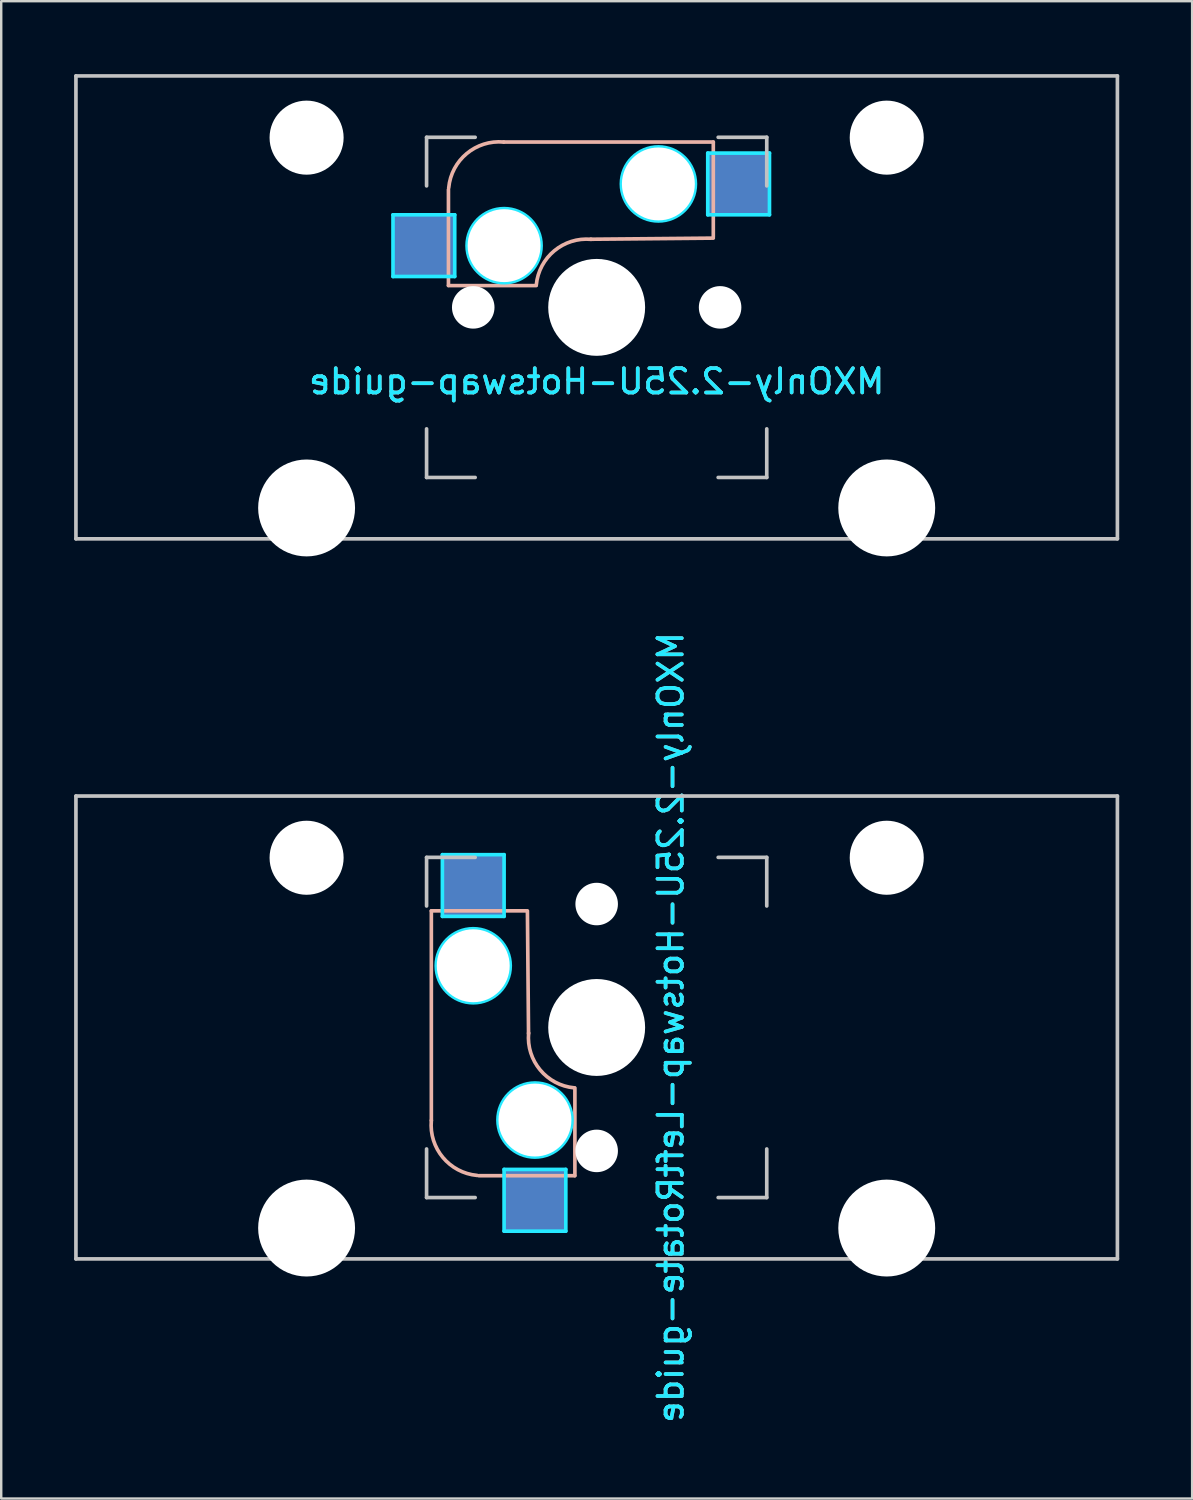
<source format=kicad_pcb>
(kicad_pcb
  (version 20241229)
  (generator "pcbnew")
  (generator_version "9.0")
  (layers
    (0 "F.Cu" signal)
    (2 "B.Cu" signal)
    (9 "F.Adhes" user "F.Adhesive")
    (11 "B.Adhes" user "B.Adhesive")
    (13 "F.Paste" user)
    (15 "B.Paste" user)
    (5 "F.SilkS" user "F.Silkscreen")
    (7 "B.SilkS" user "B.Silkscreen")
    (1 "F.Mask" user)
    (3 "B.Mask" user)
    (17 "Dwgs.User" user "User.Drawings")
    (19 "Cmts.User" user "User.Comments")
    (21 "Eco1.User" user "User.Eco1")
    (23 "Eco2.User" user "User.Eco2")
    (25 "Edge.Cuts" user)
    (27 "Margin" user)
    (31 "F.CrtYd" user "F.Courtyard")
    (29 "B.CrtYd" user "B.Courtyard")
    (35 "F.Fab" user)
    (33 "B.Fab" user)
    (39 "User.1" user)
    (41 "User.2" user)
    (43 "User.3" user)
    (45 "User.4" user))
  (footprint "MXOnly-2.25U-Hotswap-LeftRotate-guide"
    (layer "F.Cu")
    (at 21.506 39.236)
    (property "Reference" "MXOnly-2.25U-Hotswap-LeftRotate-guide" (at 3.048 0 90) (layer "B.CrtYd") (effects (font (size 1 1) (thickness 0.15)) (justify mirror)))
    (attr smd)
    (fp_line (start -6.804 -4.8) (end -6.804 3.825) (stroke (width 0.15) (type solid)) (layer "B.SilkS"))
    (fp_line (start -4.85 6.1) (end -0.905 6.1) (stroke (width 0.15) (type solid)) (layer "B.SilkS"))
    (fp_line (start -2.896 -4.8) (end -6.804 -4.8) (stroke (width 0.15) (type solid)) (layer "B.SilkS"))
    (fp_line (start -2.85 -4.8) (end -2.804 0.25) (stroke (width 0.15) (type solid)) (layer "B.SilkS"))
    (fp_line (start -0.896 6.1) (end -0.896 2.49) (stroke (width 0.15) (type solid)) (layer "B.SilkS"))
    (fp_arc (start -4.92 6.089) (mid -6.33089 5.347189) (end -6.804 3.825) (stroke (width 0.15) (type solid)) (layer "B.SilkS"))
    (fp_arc (start -0.92 2.485) (mid -2.328061 1.744361) (end -2.8 0.225) (stroke (width 0.15) (type solid)) (layer "B.SilkS"))
    (fp_line (start -21.431 -9.525) (end 21.431 -9.525) (stroke (width 0.15) (type solid)) (layer "Dwgs.User"))
    (fp_line (start -21.431 9.525) (end -21.431 -9.525) (stroke (width 0.15) (type solid)) (layer "Dwgs.User"))
    (fp_line (start -7 -7) (end -5 -7) (stroke (width 0.15) (type solid)) (layer "Dwgs.User"))
    (fp_line (start -7 -5) (end -7 -7) (stroke (width 0.15) (type solid)) (layer "Dwgs.User"))
    (fp_line (start -7 5) (end -7 7) (stroke (width 0.15) (type solid)) (layer "Dwgs.User"))
    (fp_line (start -7 7) (end -5 7) (stroke (width 0.15) (type solid)) (layer "Dwgs.User"))
    (fp_line (start 5 7) (end 7 7) (stroke (width 0.15) (type solid)) (layer "Dwgs.User"))
    (fp_line (start 7 -7) (end 5 -7) (stroke (width 0.15) (type solid)) (layer "Dwgs.User"))
    (fp_line (start 7 -5) (end 7 -7) (stroke (width 0.15) (type solid)) (layer "Dwgs.User"))
    (fp_line (start 7 7) (end 7 5) (stroke (width 0.15) (type solid)) (layer "Dwgs.User"))
    (fp_line (start 21.431 -9.525) (end 21.431 9.525) (stroke (width 0.15) (type solid)) (layer "Dwgs.User"))
    (fp_line (start 21.431 9.525) (end -21.431 9.525) (stroke (width 0.15) (type solid)) (layer "Dwgs.User"))
    (fp_line (start -6.35 -7.112) (end -3.81 -7.112) (stroke (width 0.15) (type solid)) (layer "B.CrtYd"))
    (fp_line (start -6.35 -4.572) (end -6.35 -7.112) (stroke (width 0.15) (type solid)) (layer "B.CrtYd"))
    (fp_line (start -3.81 -7.112) (end -3.81 -4.572) (stroke (width 0.15) (type solid)) (layer "B.CrtYd"))
    (fp_line (start -3.81 -4.572) (end -6.35 -4.572) (stroke (width 0.15) (type solid)) (layer "B.CrtYd"))
    (fp_line (start -3.81 5.842) (end -1.27 5.842) (stroke (width 0.15) (type solid)) (layer "B.CrtYd"))
    (fp_line (start -3.81 8.382) (end -3.81 5.842) (stroke (width 0.15) (type solid)) (layer "B.CrtYd"))
    (fp_line (start -1.27 5.842) (end -1.27 8.382) (stroke (width 0.15) (type solid)) (layer "B.CrtYd"))
    (fp_line (start -1.27 8.382) (end -3.81 8.382) (stroke (width 0.15) (type solid)) (layer "B.CrtYd"))
    (fp_circle (center -5.08 -2.54) (end -6.604 -2.54) (stroke (width 0.15) (type solid)) (fill no) (layer "B.CrtYd"))
    (fp_circle (center -2.54 3.81) (end -4.064 3.81) (stroke (width 0.15) (type solid)) (fill no) (layer "B.CrtYd"))
    (fp_text user "${REFERENCE}" (at 3.048 0 90) (layer "B.SilkS") (effects (font (size 1 1) (thickness 0.15)) (justify mirror)))
    (pad "" np_thru_hole circle (at -11.938 -6.985) (size 3.048 3.048) (drill 3.048) (layers "*.Cu" "*.Mask"))
    (pad "" np_thru_hole circle (at -11.938 8.255) (size 3.988 3.988) (drill 3.988) (layers "*.Cu" "*.Mask"))
    (pad "" np_thru_hole circle (at -5.08 -2.54 90) (size 3 3) (drill 3) (layers "*.Cu" "*.Mask"))
    (pad "" np_thru_hole circle (at -2.54 3.81 90) (size 3 3) (drill 3) (layers "*.Cu" "*.Mask"))
    (pad "" np_thru_hole circle (at 0 -5.08 138.1) (size 1.75 1.75) (drill 1.75) (layers "*.Cu" "*.Mask"))
    (pad "" np_thru_hole circle (at 0 0 90) (size 3.988 3.988) (drill 3.988) (layers "*.Cu" "*.Mask"))
    (pad "" np_thru_hole circle (at 0 5.08 138.1) (size 1.75 1.75) (drill 1.75) (layers "*.Cu" "*.Mask"))
    (pad "" np_thru_hole circle (at 11.938 -6.985) (size 3.048 3.048) (drill 3.048) (layers "*.Cu" "*.Mask"))
    (pad "" np_thru_hole circle (at 11.938 8.255) (size 3.988 3.988) (drill 3.988) (layers "*.Cu" "*.Mask"))
    (pad "1" smd rect (at -2.54 7.085 90) (size 2.55 2.5) (layers "B.Cu" "B.Mask" "B.Paste"))
    (pad "2" smd rect (at -5.08 -5.842 90) (size 2.55 2.5) (layers "B.Cu" "B.Mask" "B.Paste")))
  (footprint "MXOnly-2.25U-Hotswap-guide"
    (layer "F.Cu")
    (at 21.506 9.6)
    (property "Reference" "MXOnly-2.25U-Hotswap-guide" (at 0 3.048 0) (layer "B.CrtYd") (effects (font (size 1 1) (thickness 0.15)) (justify mirror)))
    (attr smd)
    (fp_line (start -6.1 -4.85) (end -6.1 -0.905) (stroke (width 0.15) (type solid)) (layer "B.SilkS"))
    (fp_line (start -6.1 -0.896) (end -2.49 -0.896) (stroke (width 0.15) (type solid)) (layer "B.SilkS"))
    (fp_line (start 4.8 -6.804) (end -3.825 -6.804) (stroke (width 0.15) (type solid)) (layer "B.SilkS"))
    (fp_line (start 4.8 -2.896) (end 4.8 -6.804) (stroke (width 0.15) (type solid)) (layer "B.SilkS"))
    (fp_line (start 4.8 -2.85) (end -0.25 -2.804) (stroke (width 0.15) (type solid)) (layer "B.SilkS"))
    (fp_arc (start -6.089 -4.92) (mid -5.347189 -6.33089) (end -3.825 -6.804) (stroke (width 0.15) (type solid)) (layer "B.SilkS"))
    (fp_arc (start -2.485 -0.92) (mid -1.744361 -2.328061) (end -0.225 -2.8) (stroke (width 0.15) (type solid)) (layer "B.SilkS"))
    (fp_line (start -21.431 -9.525) (end 21.431 -9.525) (stroke (width 0.15) (type solid)) (layer "Dwgs.User"))
    (fp_line (start -21.431 9.525) (end -21.431 -9.525) (stroke (width 0.15) (type solid)) (layer "Dwgs.User"))
    (fp_line (start -7 -7) (end -7 -5) (stroke (width 0.15) (type solid)) (layer "Dwgs.User"))
    (fp_line (start -7 5) (end -7 7) (stroke (width 0.15) (type solid)) (layer "Dwgs.User"))
    (fp_line (start -7 7) (end -5 7) (stroke (width 0.15) (type solid)) (layer "Dwgs.User"))
    (fp_line (start -5 -7) (end -7 -7) (stroke (width 0.15) (type solid)) (layer "Dwgs.User"))
    (fp_line (start 5 -7) (end 7 -7) (stroke (width 0.15) (type solid)) (layer "Dwgs.User"))
    (fp_line (start 5 7) (end 7 7) (stroke (width 0.15) (type solid)) (layer "Dwgs.User"))
    (fp_line (start 7 -7) (end 7 -5) (stroke (width 0.15) (type solid)) (layer "Dwgs.User"))
    (fp_line (start 7 7) (end 7 5) (stroke (width 0.15) (type solid)) (layer "Dwgs.User"))
    (fp_line (start 21.431 -9.525) (end 21.431 9.525) (stroke (width 0.15) (type solid)) (layer "Dwgs.User"))
    (fp_line (start 21.431 9.525) (end -21.431 9.525) (stroke (width 0.15) (type solid)) (layer "Dwgs.User"))
    (fp_line (start -8.382 -3.81) (end -5.842 -3.81) (stroke (width 0.15) (type solid)) (layer "B.CrtYd"))
    (fp_line (start -8.382 -1.27) (end -8.382 -3.81) (stroke (width 0.15) (type solid)) (layer "B.CrtYd"))
    (fp_line (start -5.842 -3.81) (end -5.842 -1.27) (stroke (width 0.15) (type solid)) (layer "B.CrtYd"))
    (fp_line (start -5.842 -1.27) (end -8.382 -1.27) (stroke (width 0.15) (type solid)) (layer "B.CrtYd"))
    (fp_line (start 4.572 -6.35) (end 7.112 -6.35) (stroke (width 0.15) (type solid)) (layer "B.CrtYd"))
    (fp_line (start 4.572 -3.81) (end 4.572 -6.35) (stroke (width 0.15) (type solid)) (layer "B.CrtYd"))
    (fp_line (start 7.112 -6.35) (end 7.112 -3.81) (stroke (width 0.15) (type solid)) (layer "B.CrtYd"))
    (fp_line (start 7.112 -3.81) (end 4.572 -3.81) (stroke (width 0.15) (type solid)) (layer "B.CrtYd"))
    (fp_circle (center -3.81 -2.54) (end -3.81 -4.064) (stroke (width 0.15) (type solid)) (fill no) (layer "B.CrtYd"))
    (fp_circle (center 2.54 -5.08) (end 2.54 -6.604) (stroke (width 0.15) (type solid)) (fill no) (layer "B.CrtYd"))
    (fp_text user "${REFERENCE}" (at 0 3.048 0) (layer "B.SilkS") (effects (font (size 1 1) (thickness 0.15)) (justify mirror)))
    (pad "" np_thru_hole circle (at -11.938 -6.985) (size 3.048 3.048) (drill 3.048) (layers "*.Cu" "*.Mask"))
    (pad "" np_thru_hole circle (at -11.938 8.255) (size 3.988 3.988) (drill 3.988) (layers "*.Cu" "*.Mask"))
    (pad "" np_thru_hole circle (at -5.08 0 48.1) (size 1.75 1.75) (drill 1.75) (layers "*.Cu" "*.Mask"))
    (pad "" np_thru_hole circle (at -3.81 -2.54) (size 3 3) (drill 3) (layers "*.Cu" "*.Mask"))
    (pad "" np_thru_hole circle (at 0 0) (size 3.988 3.988) (drill 3.988) (layers "*.Cu" "*.Mask"))
    (pad "" np_thru_hole circle (at 2.54 -5.08) (size 3 3) (drill 3) (layers "*.Cu" "*.Mask"))
    (pad "" np_thru_hole circle (at 5.08 0 48.1) (size 1.75 1.75) (drill 1.75) (layers "*.Cu" "*.Mask"))
    (pad "" np_thru_hole circle (at 11.938 -6.985) (size 3.048 3.048) (drill 3.048) (layers "*.Cu" "*.Mask"))
    (pad "" np_thru_hole circle (at 11.938 8.255) (size 3.988 3.988) (drill 3.988) (layers "*.Cu" "*.Mask"))
    (pad "1" smd rect (at -7.085 -2.54) (size 2.55 2.5) (layers "B.Cu" "B.Mask" "B.Paste"))
    (pad "2" smd rect (at 5.842 -5.08) (size 2.55 2.5) (layers "B.Cu" "B.Mask" "B.Paste")))
  (gr_rect
    (start -3 -3)
    (end 46.013 58.623)
    (stroke (width 0.1) (type default))
    (fill no)
    (layer "Edge.Cuts")))
</source>
